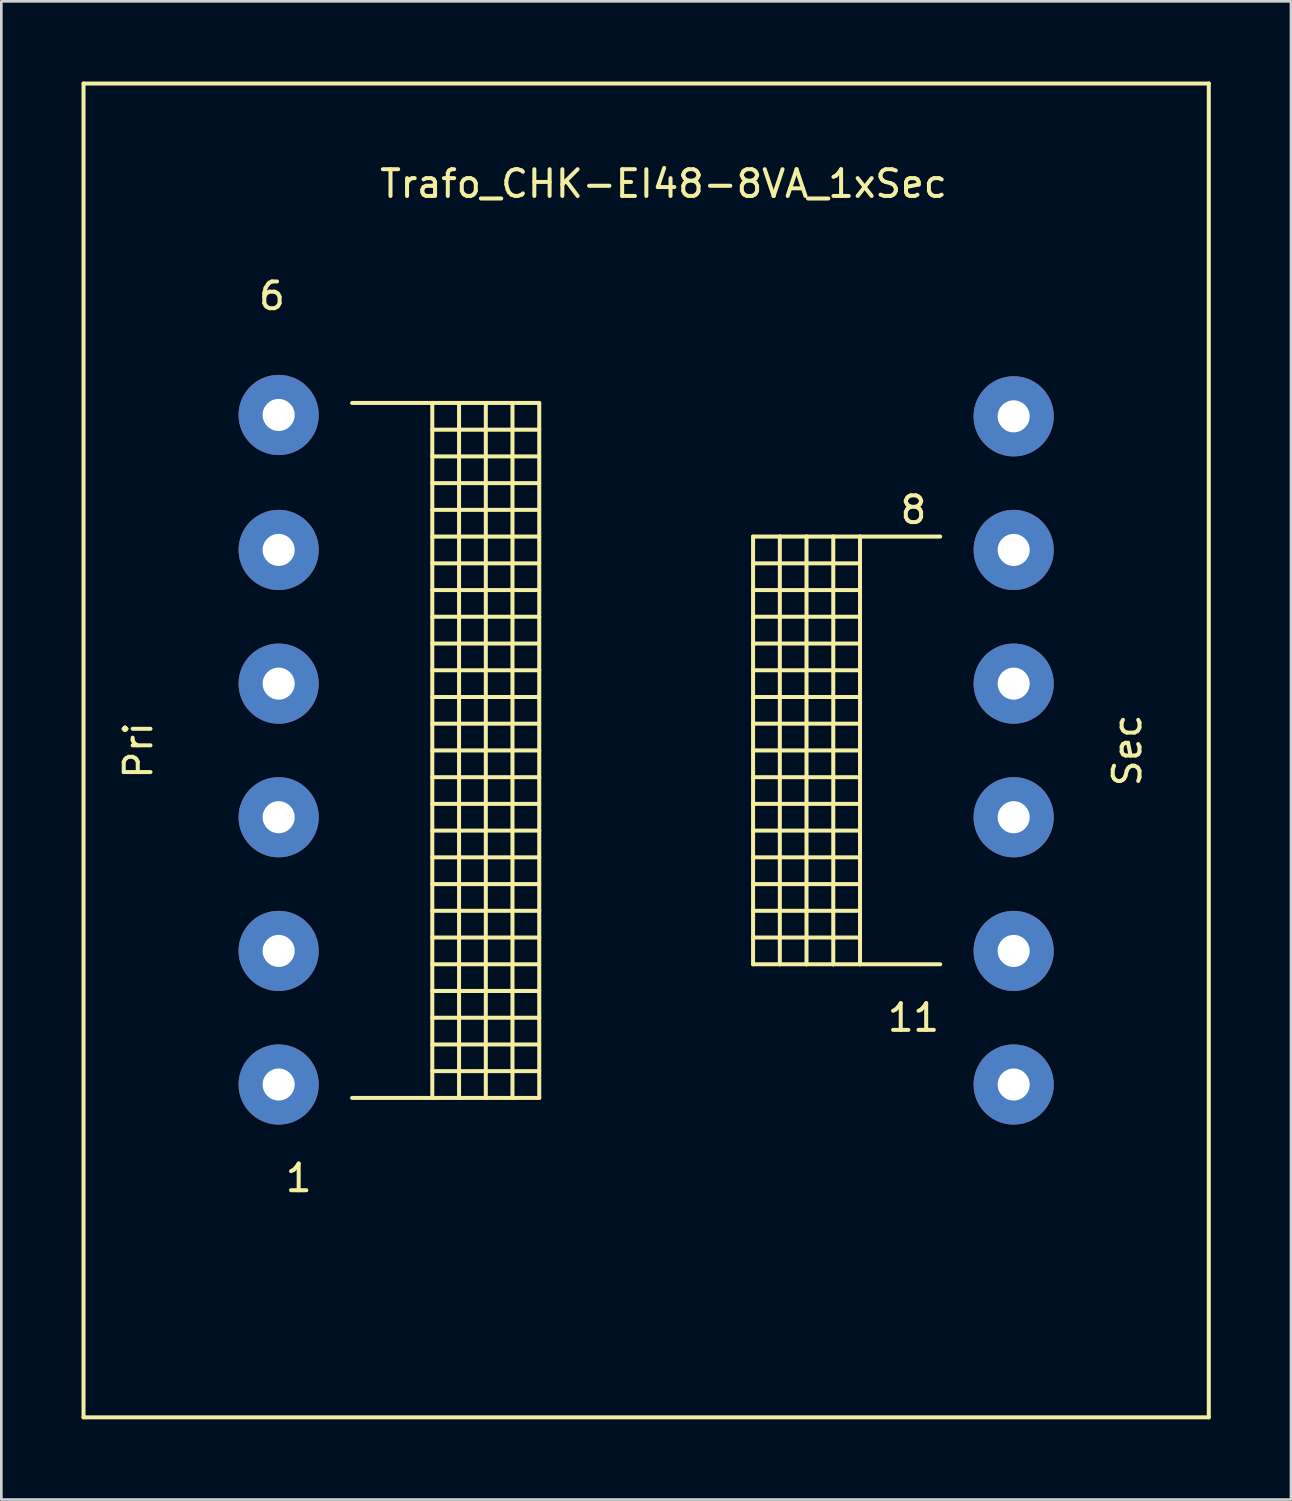
<source format=kicad_pcb>
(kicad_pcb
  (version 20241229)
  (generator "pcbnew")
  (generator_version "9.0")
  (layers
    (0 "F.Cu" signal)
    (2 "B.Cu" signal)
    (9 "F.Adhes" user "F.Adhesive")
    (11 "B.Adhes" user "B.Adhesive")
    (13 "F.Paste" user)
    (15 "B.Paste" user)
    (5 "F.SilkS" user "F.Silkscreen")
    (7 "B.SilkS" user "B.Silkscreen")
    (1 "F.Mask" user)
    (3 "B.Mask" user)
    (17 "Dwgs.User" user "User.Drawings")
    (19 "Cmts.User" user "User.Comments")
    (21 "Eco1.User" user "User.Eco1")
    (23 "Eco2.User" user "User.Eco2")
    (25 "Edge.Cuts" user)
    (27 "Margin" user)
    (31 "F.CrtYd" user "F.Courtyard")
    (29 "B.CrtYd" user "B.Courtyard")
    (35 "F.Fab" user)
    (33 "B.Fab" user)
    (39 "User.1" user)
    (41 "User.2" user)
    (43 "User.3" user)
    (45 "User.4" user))
  (footprint "Trafo_CHK-EI48-8VA_1xSec"
    (layer "F.Cu")
    (at 21.124 25.025)
    (property "Reference" "Trafo_CHK-EI48-8VA_1xSec" (at 0.65 -21.199 0) (layer "F.SilkS") (effects (font (size 1 1) (thickness 0.15))))
    (attr through_hole)
    (fp_line (start -21.049 -24.95) (end 21.049 -24.95) (stroke (width 0.15) (type solid)) (layer "F.SilkS"))
    (fp_line (start -21.049 24.95) (end -21.049 -24.95) (stroke (width 0.15) (type solid)) (layer "F.SilkS"))
    (fp_line (start -11.001 -13) (end -8.001 -13) (stroke (width 0.15) (type solid)) (layer "F.SilkS"))
    (fp_line (start -8.001 -13) (end -8.001 13) (stroke (width 0.15) (type solid)) (layer "F.SilkS"))
    (fp_line (start -8.001 -13) (end -7 -13) (stroke (width 0.15) (type solid)) (layer "F.SilkS"))
    (fp_line (start -8.001 -11.999) (end -4 -11.999) (stroke (width 0.15) (type solid)) (layer "F.SilkS"))
    (fp_line (start -8.001 -11.001) (end -4 -11.001) (stroke (width 0.15) (type solid)) (layer "F.SilkS"))
    (fp_line (start -8.001 -10) (end -4 -10) (stroke (width 0.15) (type solid)) (layer "F.SilkS"))
    (fp_line (start -8.001 -8.999) (end -4 -8.999) (stroke (width 0.15) (type solid)) (layer "F.SilkS"))
    (fp_line (start -8.001 -8.001) (end -4 -8.001) (stroke (width 0.15) (type solid)) (layer "F.SilkS"))
    (fp_line (start -8.001 -7) (end -4 -7) (stroke (width 0.15) (type solid)) (layer "F.SilkS"))
    (fp_line (start -8.001 -5.999) (end -4 -5.999) (stroke (width 0.15) (type solid)) (layer "F.SilkS"))
    (fp_line (start -8.001 -5.001) (end -4 -5.001) (stroke (width 0.15) (type solid)) (layer "F.SilkS"))
    (fp_line (start -8.001 -4) (end -4 -4) (stroke (width 0.15) (type solid)) (layer "F.SilkS"))
    (fp_line (start -8.001 -3) (end -4 -3) (stroke (width 0.15) (type solid)) (layer "F.SilkS"))
    (fp_line (start -8.001 -1.999) (end -4 -1.999) (stroke (width 0.15) (type solid)) (layer "F.SilkS"))
    (fp_line (start -8.001 -1.001) (end -4 -1.001) (stroke (width 0.15) (type solid)) (layer "F.SilkS"))
    (fp_line (start -8.001 0) (end -4 0) (stroke (width 0.15) (type solid)) (layer "F.SilkS"))
    (fp_line (start -8.001 1.001) (end -4 1.001) (stroke (width 0.15) (type solid)) (layer "F.SilkS"))
    (fp_line (start -8.001 1.999) (end -4 1.999) (stroke (width 0.15) (type solid)) (layer "F.SilkS"))
    (fp_line (start -8.001 3) (end -4 3) (stroke (width 0.15) (type solid)) (layer "F.SilkS"))
    (fp_line (start -8.001 4) (end -4 4) (stroke (width 0.15) (type solid)) (layer "F.SilkS"))
    (fp_line (start -8.001 5.001) (end -4 5.001) (stroke (width 0.15) (type solid)) (layer "F.SilkS"))
    (fp_line (start -8.001 5.999) (end -4 5.999) (stroke (width 0.15) (type solid)) (layer "F.SilkS"))
    (fp_line (start -8.001 7) (end -4 7) (stroke (width 0.15) (type solid)) (layer "F.SilkS"))
    (fp_line (start -8.001 8.001) (end -4 8.001) (stroke (width 0.15) (type solid)) (layer "F.SilkS"))
    (fp_line (start -8.001 8.999) (end -4 8.999) (stroke (width 0.15) (type solid)) (layer "F.SilkS"))
    (fp_line (start -8.001 10) (end -4 10) (stroke (width 0.15) (type solid)) (layer "F.SilkS"))
    (fp_line (start -8.001 11.001) (end -4 11.001) (stroke (width 0.15) (type solid)) (layer "F.SilkS"))
    (fp_line (start -8.001 11.999) (end -4 11.999) (stroke (width 0.15) (type solid)) (layer "F.SilkS"))
    (fp_line (start -8.001 13) (end -11.001 13) (stroke (width 0.15) (type solid)) (layer "F.SilkS"))
    (fp_line (start -7 -13) (end -7 13) (stroke (width 0.15) (type solid)) (layer "F.SilkS"))
    (fp_line (start -7 -13) (end -5.999 -13) (stroke (width 0.15) (type solid)) (layer "F.SilkS"))
    (fp_line (start -7 13) (end -8.001 13) (stroke (width 0.15) (type solid)) (layer "F.SilkS"))
    (fp_line (start -5.999 -13) (end -5.999 13) (stroke (width 0.15) (type solid)) (layer "F.SilkS"))
    (fp_line (start -5.999 -13) (end -5.001 -13) (stroke (width 0.15) (type solid)) (layer "F.SilkS"))
    (fp_line (start -5.999 13) (end -7 13) (stroke (width 0.15) (type solid)) (layer "F.SilkS"))
    (fp_line (start -5.001 -13) (end -5.001 13) (stroke (width 0.15) (type solid)) (layer "F.SilkS"))
    (fp_line (start -5.001 -13) (end -4 -13) (stroke (width 0.15) (type solid)) (layer "F.SilkS"))
    (fp_line (start -5.001 13) (end -5.999 13) (stroke (width 0.15) (type solid)) (layer "F.SilkS"))
    (fp_line (start -4 -13) (end -4 13) (stroke (width 0.15) (type solid)) (layer "F.SilkS"))
    (fp_line (start -4 13) (end -5.001 13) (stroke (width 0.15) (type solid)) (layer "F.SilkS"))
    (fp_line (start 4 -8.001) (end 4 8.001) (stroke (width 0.15) (type solid)) (layer "F.SilkS"))
    (fp_line (start 4 -7) (end 8.001 -7) (stroke (width 0.15) (type solid)) (layer "F.SilkS"))
    (fp_line (start 4 -5.999) (end 8.001 -5.999) (stroke (width 0.15) (type solid)) (layer "F.SilkS"))
    (fp_line (start 4 -5.001) (end 8.001 -5.001) (stroke (width 0.15) (type solid)) (layer "F.SilkS"))
    (fp_line (start 4 -4) (end 8.001 -4) (stroke (width 0.15) (type solid)) (layer "F.SilkS"))
    (fp_line (start 4 -3) (end 8.001 -3) (stroke (width 0.15) (type solid)) (layer "F.SilkS"))
    (fp_line (start 4 -1.999) (end 8.001 -1.999) (stroke (width 0.15) (type solid)) (layer "F.SilkS"))
    (fp_line (start 4 -1.001) (end 8.001 -1.001) (stroke (width 0.15) (type solid)) (layer "F.SilkS"))
    (fp_line (start 4 0) (end 8.001 0) (stroke (width 0.15) (type solid)) (layer "F.SilkS"))
    (fp_line (start 4 1.001) (end 8.001 1.001) (stroke (width 0.15) (type solid)) (layer "F.SilkS"))
    (fp_line (start 4 1.999) (end 8.001 1.999) (stroke (width 0.15) (type solid)) (layer "F.SilkS"))
    (fp_line (start 4 3) (end 8.001 3) (stroke (width 0.15) (type solid)) (layer "F.SilkS"))
    (fp_line (start 4 4) (end 8.001 4) (stroke (width 0.15) (type solid)) (layer "F.SilkS"))
    (fp_line (start 4 5.001) (end 8.001 5.001) (stroke (width 0.15) (type solid)) (layer "F.SilkS"))
    (fp_line (start 4 5.999) (end 8.001 5.999) (stroke (width 0.15) (type solid)) (layer "F.SilkS"))
    (fp_line (start 4 7) (end 8.001 7) (stroke (width 0.15) (type solid)) (layer "F.SilkS"))
    (fp_line (start 4 8.001) (end 5.001 8.001) (stroke (width 0.15) (type solid)) (layer "F.SilkS"))
    (fp_line (start 5.001 -8.001) (end 4 -8.001) (stroke (width 0.15) (type solid)) (layer "F.SilkS"))
    (fp_line (start 5.001 -8.001) (end 5.001 8.001) (stroke (width 0.15) (type solid)) (layer "F.SilkS"))
    (fp_line (start 5.001 8.001) (end 5.999 8.001) (stroke (width 0.15) (type solid)) (layer "F.SilkS"))
    (fp_line (start 5.999 -8.001) (end 5.001 -8.001) (stroke (width 0.15) (type solid)) (layer "F.SilkS"))
    (fp_line (start 5.999 -8.001) (end 5.999 8.001) (stroke (width 0.15) (type solid)) (layer "F.SilkS"))
    (fp_line (start 5.999 8.001) (end 7 8.001) (stroke (width 0.15) (type solid)) (layer "F.SilkS"))
    (fp_line (start 7 -8.001) (end 5.999 -8.001) (stroke (width 0.15) (type solid)) (layer "F.SilkS"))
    (fp_line (start 7 -8.001) (end 7 8.001) (stroke (width 0.15) (type solid)) (layer "F.SilkS"))
    (fp_line (start 7 8.001) (end 8.001 8.001) (stroke (width 0.15) (type solid)) (layer "F.SilkS"))
    (fp_line (start 8.001 -8.001) (end 7 -8.001) (stroke (width 0.15) (type solid)) (layer "F.SilkS"))
    (fp_line (start 8.001 -8.001) (end 8.001 8.001) (stroke (width 0.15) (type solid)) (layer "F.SilkS"))
    (fp_line (start 8.001 8.001) (end 11.001 8.001) (stroke (width 0.15) (type solid)) (layer "F.SilkS"))
    (fp_line (start 11.001 -8.001) (end 8.001 -8.001) (stroke (width 0.15) (type solid)) (layer "F.SilkS"))
    (fp_line (start 21.049 -24.95) (end 21.049 24.95) (stroke (width 0.15) (type solid)) (layer "F.SilkS"))
    (fp_line (start 21.049 24.95) (end -21.049 24.95) (stroke (width 0.15) (type solid)) (layer "F.SilkS"))
    (fp_text user "11" (at 10 10 0) (layer "F.SilkS") (effects (font (size 1 1) (thickness 0.15))))
    (fp_text user "Sec" (at 18.001 0 90) (layer "F.SilkS") (effects (font (size 1 1) (thickness 0.15))))
    (fp_text user "1" (at -13 15.999 0) (layer "F.SilkS") (effects (font (size 1 1) (thickness 0.15))))
    (fp_text user "8" (at 10 -8.999 0) (layer "F.SilkS") (effects (font (size 1 1) (thickness 0.15))))
    (fp_text user "6" (at -14 -17 0) (layer "F.SilkS") (effects (font (size 1 1) (thickness 0.15))))
    (fp_text user "Pri" (at -18.999 0 90) (layer "F.SilkS") (effects (font (size 1 1) (thickness 0.15))))
    (pad "1" thru_hole circle (at -13.749 12.499) (size 3 3) (drill 1.199) (layers "*.Cu" "*.Mask"))
    (pad "2" thru_hole circle (at -13.749 7.501) (size 3 3) (drill 1.199) (layers "*.Cu" "*.Mask"))
    (pad "3" thru_hole circle (at -13.749 2.499) (size 3 3) (drill 1.199) (layers "*.Cu" "*.Mask"))
    (pad "4" thru_hole circle (at -13.749 -2.499) (size 3 3) (drill 1.199) (layers "*.Cu" "*.Mask"))
    (pad "5" thru_hole circle (at -13.749 -7.501) (size 3 3) (drill 1.199) (layers "*.Cu" "*.Mask"))
    (pad "6" thru_hole circle (at -13.749 -12.55) (size 3 3) (drill 1.199) (layers "*.Cu" "*.Mask"))
    (pad "7" thru_hole circle (at 13.749 -12.499) (size 3 3) (drill 1.199) (layers "*.Cu" "*.Mask"))
    (pad "8" thru_hole circle (at 13.749 -7.501) (size 3 3) (drill 1.199) (layers "*.Cu" "*.Mask"))
    (pad "9" thru_hole circle (at 13.749 -2.499) (size 3 3) (drill 1.199) (layers "*.Cu" "*.Mask"))
    (pad "10" thru_hole circle (at 13.749 2.499) (size 3 3) (drill 1.199) (layers "*.Cu" "*.Mask"))
    (pad "11" thru_hole circle (at 13.749 7.501) (size 3 3) (drill 1.199) (layers "*.Cu" "*.Mask"))
    (pad "12" thru_hole circle (at 13.749 12.499) (size 3 3) (drill 1.199) (layers "*.Cu" "*.Mask")))
  (gr_rect
    (start -3 -3)
    (end 45.248 53.051)
    (stroke (width 0.1) (type default))
    (fill no)
    (layer "Edge.Cuts")))
</source>
